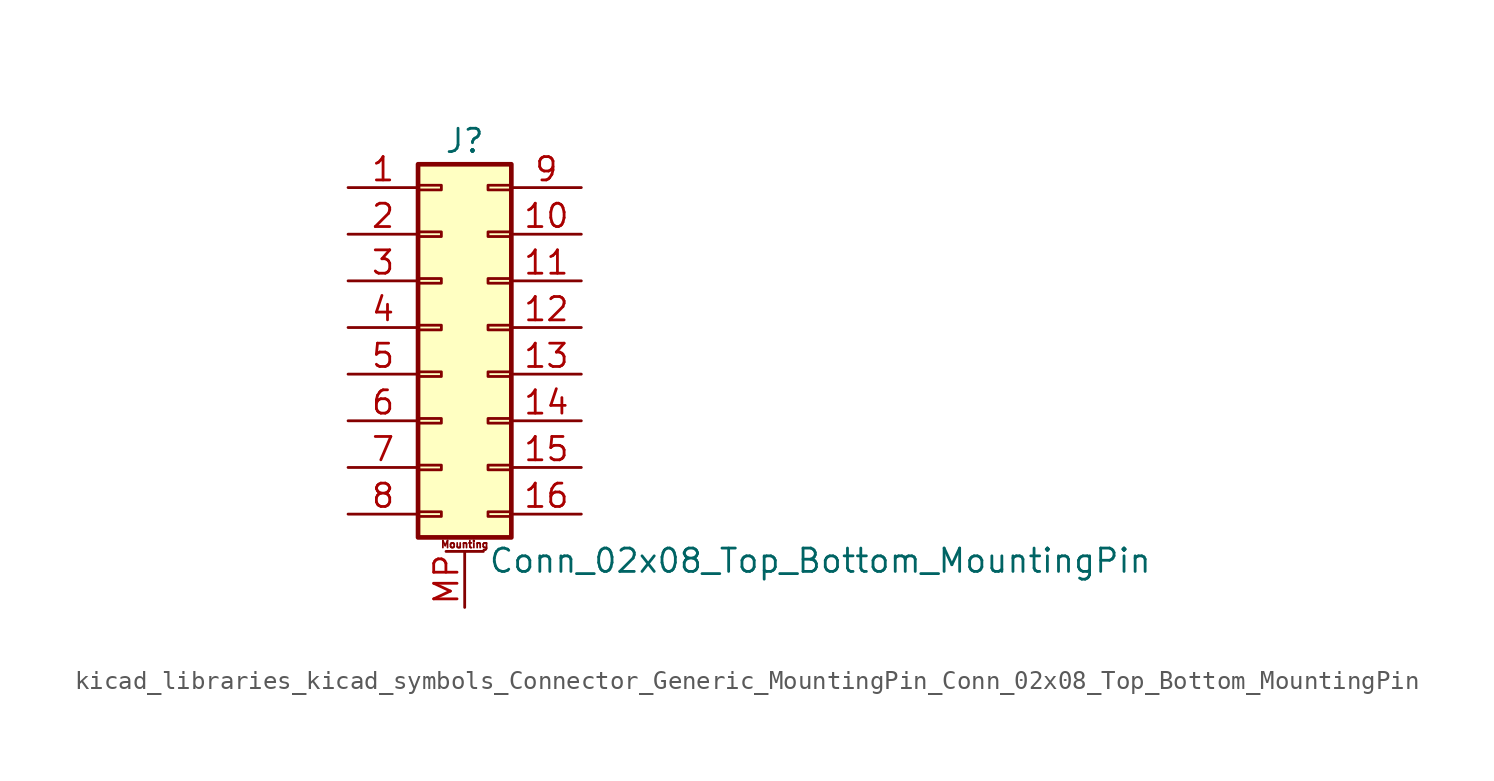
<source format=kicad_sym>
(kicad_symbol_lib
  (version 20220914)
  (generator kicad_symbol_editor)
  (symbol "kicad_libraries_kicad_symbols_Connector_Generic_MountingPin_Conn_02x08_Top_Bottom_MountingPin"
    (pin_names
      (offset 1.016) hide)
    (property "Reference" "J"
      (at 1.27 10.16 0)
      (effects (font (size 1.27 1.27))))
    (property "Value" "Conn_02x08_Top_Bottom_MountingPin"
      (at 2.54 -12.7 0)
      (effects (font (size 1.27 1.27)) (justify left)))
    (symbol "kicad_libraries_kicad_symbols_Connector_Generic_MountingPin_Conn_02x08_Top_Bottom_MountingPin_1_1"
      (rectangle (start -1.27 -10.033) (end 0 -10.287) (stroke (width 0.152) (type default)) (fill (type none)))
      (rectangle (start -1.27 -7.493) (end 0 -7.747) (stroke (width 0.152) (type default)) (fill (type none)))
      (rectangle (start -1.27 -4.953) (end 0 -5.207) (stroke (width 0.152) (type default)) (fill (type none)))
      (rectangle (start -1.27 -2.413) (end 0 -2.667) (stroke (width 0.152) (type default)) (fill (type none)))
      (rectangle (start -1.27 0.127) (end 0 -0.127) (stroke (width 0.152) (type default)) (fill (type none)))
      (rectangle (start -1.27 2.667) (end 0 2.413) (stroke (width 0.152) (type default)) (fill (type none)))
      (rectangle (start -1.27 5.207) (end 0 4.953) (stroke (width 0.152) (type default)) (fill (type none)))
      (rectangle (start -1.27 7.747) (end 0 7.493) (stroke (width 0.152) (type default)) (fill (type none)))
      (rectangle (start -1.27 8.89) (end 3.81 -11.43) (stroke (width 0.254) (type default)) (fill (type background)))
      (polyline (pts (xy 0.254 -12.192) (xy 2.286 -12.192)) (stroke (width 0.152) (type default)) (fill (type none)))
      (rectangle (start 3.81 -10.033) (end 2.54 -10.287) (stroke (width 0.152) (type default)) (fill (type none)))
      (rectangle (start 3.81 -7.493) (end 2.54 -7.747) (stroke (width 0.152) (type default)) (fill (type none)))
      (rectangle (start 3.81 -4.953) (end 2.54 -5.207) (stroke (width 0.152) (type default)) (fill (type none)))
      (rectangle (start 3.81 -2.413) (end 2.54 -2.667) (stroke (width 0.152) (type default)) (fill (type none)))
      (rectangle (start 3.81 0.127) (end 2.54 -0.127) (stroke (width 0.152) (type default)) (fill (type none)))
      (rectangle (start 3.81 2.667) (end 2.54 2.413) (stroke (width 0.152) (type default)) (fill (type none)))
      (rectangle (start 3.81 5.207) (end 2.54 4.953) (stroke (width 0.152) (type default)) (fill (type none)))
      (rectangle (start 3.81 7.747) (end 2.54 7.493) (stroke (width 0.152) (type default)) (fill (type none)))
      (text "Mounting" (at 1.27 -11.811 0) (effects (font (size 0.381 0.381))))
      (pin passive line (at -5.08 7.62 0) (length 3.81) (name "Pin_1" (effects (font (size 1.27 1.27)))) (number "1" (effects (font (size 1.27 1.27)))))
      (pin passive line (at 7.62 5.08 180) (length 3.81) (name "Pin_10" (effects (font (size 1.27 1.27)))) (number "10" (effects (font (size 1.27 1.27)))))
      (pin passive line (at 7.62 2.54 180) (length 3.81) (name "Pin_11" (effects (font (size 1.27 1.27)))) (number "11" (effects (font (size 1.27 1.27)))))
      (pin passive line (at 7.62 0 180) (length 3.81) (name "Pin_12" (effects (font (size 1.27 1.27)))) (number "12" (effects (font (size 1.27 1.27)))))
      (pin passive line (at 7.62 -2.54 180) (length 3.81) (name "Pin_13" (effects (font (size 1.27 1.27)))) (number "13" (effects (font (size 1.27 1.27)))))
      (pin passive line (at 7.62 -5.08 180) (length 3.81) (name "Pin_14" (effects (font (size 1.27 1.27)))) (number "14" (effects (font (size 1.27 1.27)))))
      (pin passive line (at 7.62 -7.62 180) (length 3.81) (name "Pin_15" (effects (font (size 1.27 1.27)))) (number "15" (effects (font (size 1.27 1.27)))))
      (pin passive line (at 7.62 -10.16 180) (length 3.81) (name "Pin_16" (effects (font (size 1.27 1.27)))) (number "16" (effects (font (size 1.27 1.27)))))
      (pin passive line (at -5.08 5.08 0) (length 3.81) (name "Pin_2" (effects (font (size 1.27 1.27)))) (number "2" (effects (font (size 1.27 1.27)))))
      (pin passive line (at -5.08 2.54 0) (length 3.81) (name "Pin_3" (effects (font (size 1.27 1.27)))) (number "3" (effects (font (size 1.27 1.27)))))
      (pin passive line (at -5.08 0 0) (length 3.81) (name "Pin_4" (effects (font (size 1.27 1.27)))) (number "4" (effects (font (size 1.27 1.27)))))
      (pin passive line (at -5.08 -2.54 0) (length 3.81) (name "Pin_5" (effects (font (size 1.27 1.27)))) (number "5" (effects (font (size 1.27 1.27)))))
      (pin passive line (at -5.08 -5.08 0) (length 3.81) (name "Pin_6" (effects (font (size 1.27 1.27)))) (number "6" (effects (font (size 1.27 1.27)))))
      (pin passive line (at -5.08 -7.62 0) (length 3.81) (name "Pin_7" (effects (font (size 1.27 1.27)))) (number "7" (effects (font (size 1.27 1.27)))))
      (pin passive line (at -5.08 -10.16 0) (length 3.81) (name "Pin_8" (effects (font (size 1.27 1.27)))) (number "8" (effects (font (size 1.27 1.27)))))
      (pin passive line (at 7.62 7.62 180) (length 3.81) (name "Pin_9" (effects (font (size 1.27 1.27)))) (number "9" (effects (font (size 1.27 1.27)))))
      (pin passive line (at 1.27 -15.24 90) (length 3.048) (name "MountPin" (effects (font (size 1.27 1.27)))) (number "MP" (effects (font (size 1.27 1.27))))))))
</source>
